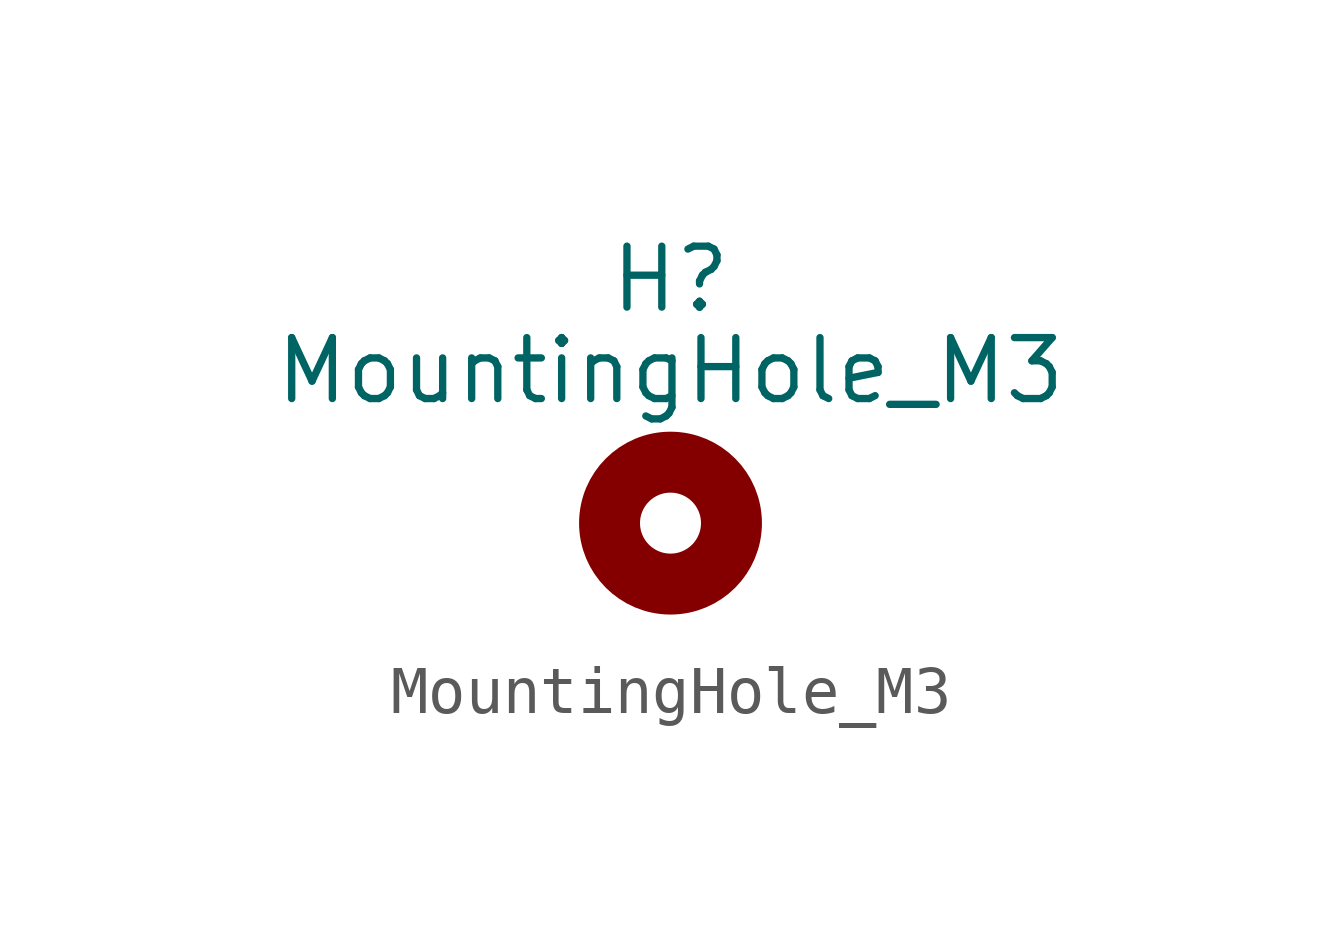
<source format=kicad_sym>
(kicad_symbol_lib
  (version 20211014)
  (generator kicad_symbol_editor)
  (symbol "MountingHole_M3"
    (pin_names
      (offset 1.016))
    (property "Reference" "H"
      (at 0 5.08 0)
      (effects (font (size 1.27 1.27))))
    (property "Value" "MountingHole_M3"
      (at 0 3.175 0)
      (effects (font (size 1.27 1.27))))
    (symbol "MountingHole_M3_0_1"
      (circle (center 0 0) (radius 1.27) (stroke (width 1.27) (type default) (color 0 0 0 0)) (fill (type none))))))
</source>
